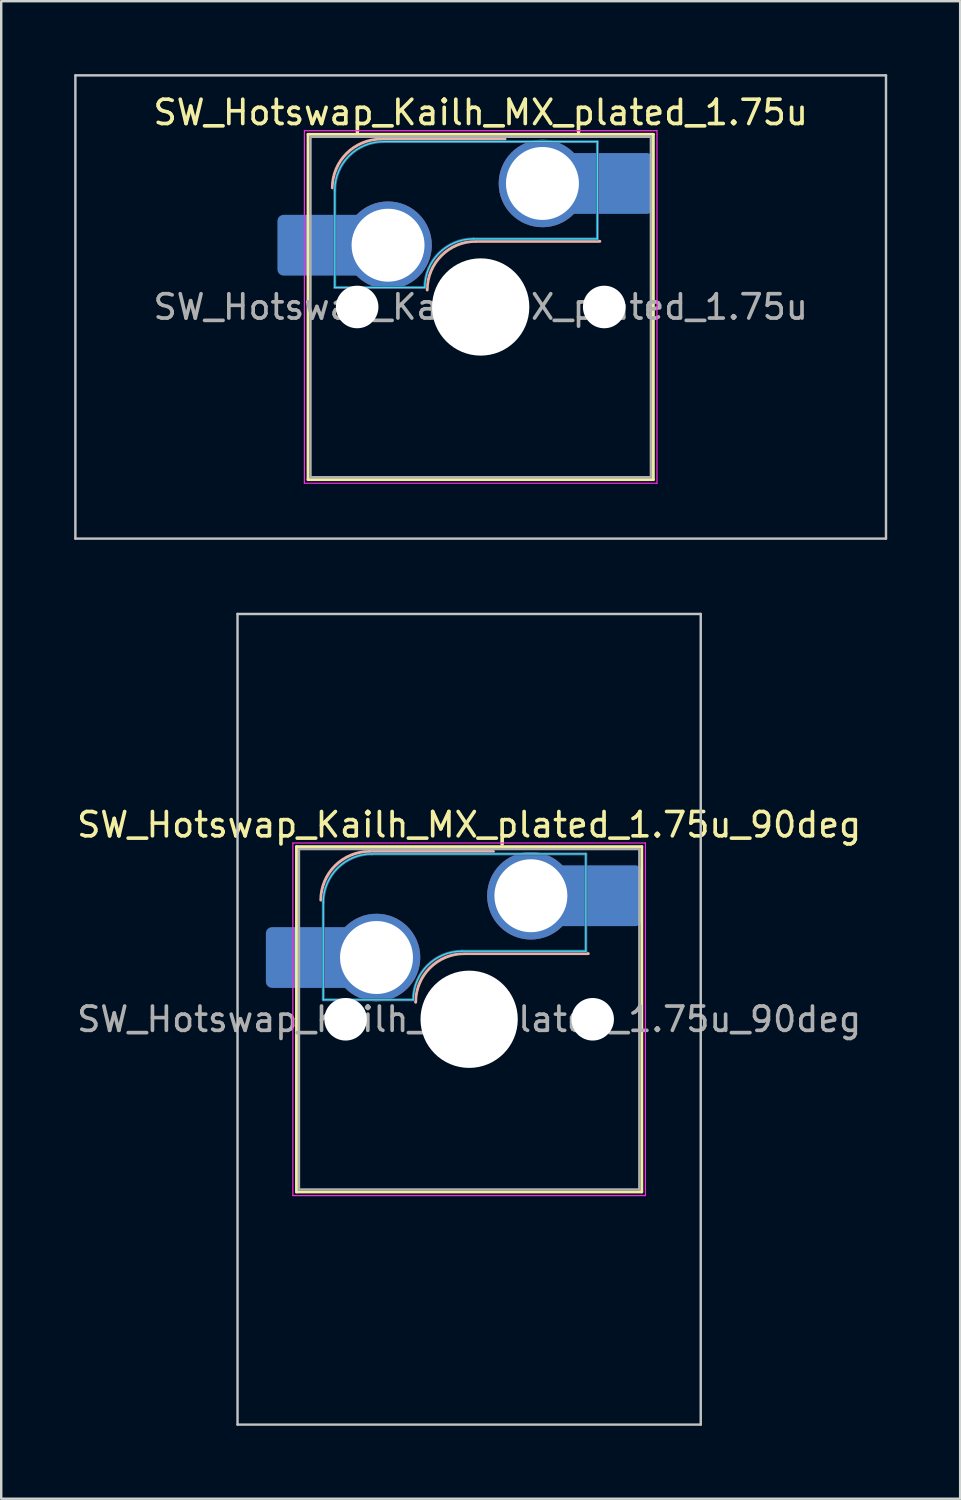
<source format=kicad_pcb>
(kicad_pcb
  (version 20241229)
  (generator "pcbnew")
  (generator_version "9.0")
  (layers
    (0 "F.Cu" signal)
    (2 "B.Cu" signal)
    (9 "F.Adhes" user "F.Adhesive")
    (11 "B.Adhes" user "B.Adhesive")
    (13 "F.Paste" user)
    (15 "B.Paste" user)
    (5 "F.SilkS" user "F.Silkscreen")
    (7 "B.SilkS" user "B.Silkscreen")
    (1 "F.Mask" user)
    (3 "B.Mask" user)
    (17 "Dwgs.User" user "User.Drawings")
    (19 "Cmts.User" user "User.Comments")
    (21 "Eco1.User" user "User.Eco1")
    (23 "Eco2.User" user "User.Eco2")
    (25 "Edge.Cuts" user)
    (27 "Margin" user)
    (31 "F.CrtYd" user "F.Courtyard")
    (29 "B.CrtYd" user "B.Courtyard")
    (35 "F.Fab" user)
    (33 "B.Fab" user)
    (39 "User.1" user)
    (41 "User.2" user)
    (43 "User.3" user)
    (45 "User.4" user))
  (footprint "SW_Hotswap_Kailh_MX_plated_1.75u"
    (layer "F.Cu")
    (at 16.719 9.575)
    (property "Reference" "SW_Hotswap_Kailh_MX_plated_1.75u" (at 0 -8 0) (layer "F.SilkS") (effects (font (size 1 1) (thickness 0.15))))
    (attr smd)
    (fp_line (start -7.1 -7.1) (end -7.1 7.1) (stroke (width 0.12) (type solid)) (layer "F.SilkS"))
    (fp_line (start -7.1 7.1) (end 7.1 7.1) (stroke (width 0.12) (type solid)) (layer "F.SilkS"))
    (fp_line (start 7.1 -7.1) (end -7.1 -7.1) (stroke (width 0.12) (type solid)) (layer "F.SilkS"))
    (fp_line (start 7.1 7.1) (end 7.1 -7.1) (stroke (width 0.12) (type solid)) (layer "F.SilkS"))
    (fp_line (start -4.1 -6.9) (end 1 -6.9) (stroke (width 0.12) (type solid)) (layer "B.SilkS"))
    (fp_line (start -0.2 -2.7) (end 4.9 -2.7) (stroke (width 0.12) (type solid)) (layer "B.SilkS"))
    (fp_arc (start -6.1 -4.9) (mid -5.514214 -6.314214) (end -4.1 -6.9) (stroke (width 0.12) (type solid)) (layer "B.SilkS"))
    (fp_arc (start -2.2 -0.7) (mid -1.614214 -2.114214) (end -0.2 -2.7) (stroke (width 0.12) (type solid)) (layer "B.SilkS"))
    (fp_line (start -16.669 -9.525) (end -16.669 9.525) (stroke (width 0.1) (type solid)) (layer "Dwgs.User"))
    (fp_line (start -16.669 9.525) (end 16.669 9.525) (stroke (width 0.1) (type solid)) (layer "Dwgs.User"))
    (fp_line (start 16.669 -9.525) (end -16.669 -9.525) (stroke (width 0.1) (type solid)) (layer "Dwgs.User"))
    (fp_line (start 16.669 9.525) (end 16.669 -9.525) (stroke (width 0.1) (type solid)) (layer "Dwgs.User"))
    (fp_line (start -7.8 -6) (end -7 -6) (stroke (width 0.1) (type solid)) (layer "Eco1.User"))
    (fp_line (start -7.8 -2.9) (end -7.8 -6) (stroke (width 0.1) (type solid)) (layer "Eco1.User"))
    (fp_line (start -7.8 2.9) (end -7 2.9) (stroke (width 0.1) (type solid)) (layer "Eco1.User"))
    (fp_line (start -7.8 6) (end -7.8 2.9) (stroke (width 0.1) (type solid)) (layer "Eco1.User"))
    (fp_line (start -7 -7) (end 7 -7) (stroke (width 0.1) (type solid)) (layer "Eco1.User"))
    (fp_line (start -7 -6) (end -7 -7) (stroke (width 0.1) (type solid)) (layer "Eco1.User"))
    (fp_line (start -7 -2.9) (end -7.8 -2.9) (stroke (width 0.1) (type solid)) (layer "Eco1.User"))
    (fp_line (start -7 2.9) (end -7 -2.9) (stroke (width 0.1) (type solid)) (layer "Eco1.User"))
    (fp_line (start -7 6) (end -7.8 6) (stroke (width 0.1) (type solid)) (layer "Eco1.User"))
    (fp_line (start -7 7) (end -7 6) (stroke (width 0.1) (type solid)) (layer "Eco1.User"))
    (fp_line (start 7 -7) (end 7 -6) (stroke (width 0.1) (type solid)) (layer "Eco1.User"))
    (fp_line (start 7 -6) (end 7.8 -6) (stroke (width 0.1) (type solid)) (layer "Eco1.User"))
    (fp_line (start 7 -2.9) (end 7 2.9) (stroke (width 0.1) (type solid)) (layer "Eco1.User"))
    (fp_line (start 7 2.9) (end 7.8 2.9) (stroke (width 0.1) (type solid)) (layer "Eco1.User"))
    (fp_line (start 7 6) (end 7 7) (stroke (width 0.1) (type solid)) (layer "Eco1.User"))
    (fp_line (start 7 7) (end -7 7) (stroke (width 0.1) (type solid)) (layer "Eco1.User"))
    (fp_line (start 7.8 -6) (end 7.8 -2.9) (stroke (width 0.1) (type solid)) (layer "Eco1.User"))
    (fp_line (start 7.8 -2.9) (end 7 -2.9) (stroke (width 0.1) (type solid)) (layer "Eco1.User"))
    (fp_line (start 7.8 2.9) (end 7.8 6) (stroke (width 0.1) (type solid)) (layer "Eco1.User"))
    (fp_line (start 7.8 6) (end 7 6) (stroke (width 0.1) (type solid)) (layer "Eco1.User"))
    (fp_line (start -6 -0.8) (end -6 -4.8) (stroke (width 0.05) (type solid)) (layer "B.CrtYd"))
    (fp_line (start -6 -0.8) (end -2.3 -0.8) (stroke (width 0.05) (type solid)) (layer "B.CrtYd"))
    (fp_line (start -4 -6.8) (end 4.8 -6.8) (stroke (width 0.05) (type solid)) (layer "B.CrtYd"))
    (fp_line (start -0.3 -2.8) (end 4.8 -2.8) (stroke (width 0.05) (type solid)) (layer "B.CrtYd"))
    (fp_line (start 4.8 -6.8) (end 4.8 -2.8) (stroke (width 0.05) (type solid)) (layer "B.CrtYd"))
    (fp_arc (start -6 -4.8) (mid -5.414214 -6.214214) (end -4 -6.8) (stroke (width 0.05) (type solid)) (layer "B.CrtYd"))
    (fp_arc (start -2.3 -0.8) (mid -1.714214 -2.214214) (end -0.3 -2.8) (stroke (width 0.05) (type solid)) (layer "B.CrtYd"))
    (fp_line (start -7.25 -7.25) (end -7.25 7.25) (stroke (width 0.05) (type solid)) (layer "F.CrtYd"))
    (fp_line (start -7.25 7.25) (end 7.25 7.25) (stroke (width 0.05) (type solid)) (layer "F.CrtYd"))
    (fp_line (start 7.25 -7.25) (end -7.25 -7.25) (stroke (width 0.05) (type solid)) (layer "F.CrtYd"))
    (fp_line (start 7.25 7.25) (end 7.25 -7.25) (stroke (width 0.05) (type solid)) (layer "F.CrtYd"))
    (fp_line (start -6 -0.8) (end -6 -4.8) (stroke (width 0.12) (type solid)) (layer "B.Fab"))
    (fp_line (start -6 -0.8) (end -2.3 -0.8) (stroke (width 0.12) (type solid)) (layer "B.Fab"))
    (fp_line (start -4 -6.8) (end 4.8 -6.8) (stroke (width 0.12) (type solid)) (layer "B.Fab"))
    (fp_line (start -0.3 -2.8) (end 4.8 -2.8) (stroke (width 0.12) (type solid)) (layer "B.Fab"))
    (fp_line (start 4.8 -6.8) (end 4.8 -2.8) (stroke (width 0.12) (type solid)) (layer "B.Fab"))
    (fp_arc (start -6 -4.8) (mid -5.414214 -6.214214) (end -4 -6.8) (stroke (width 0.12) (type solid)) (layer "B.Fab"))
    (fp_arc (start -2.3 -0.8) (mid -1.714214 -2.214214) (end -0.3 -2.8) (stroke (width 0.12) (type solid)) (layer "B.Fab"))
    (fp_line (start -7 -7) (end -7 7) (stroke (width 0.1) (type solid)) (layer "F.Fab"))
    (fp_line (start -7 7) (end 7 7) (stroke (width 0.1) (type solid)) (layer "F.Fab"))
    (fp_line (start 7 -7) (end -7 -7) (stroke (width 0.1) (type solid)) (layer "F.Fab"))
    (fp_line (start 7 7) (end 7 -7) (stroke (width 0.1) (type solid)) (layer "F.Fab"))
    (fp_text user "${REFERENCE}" (at 0 0 0) (layer "F.Fab") (effects (font (size 1 1) (thickness 0.15))))
    (pad "" smd roundrect (at -7.085 -2.54) (size 2.55 2.5) (layers "B.Mask" "B.Paste") (roundrect_rratio 0.1))
    (pad "" np_thru_hole circle (at -5.08 0) (size 1.75 1.75) (drill 1.75) (layers "*.Cu" "*.Mask"))
    (pad "" np_thru_hole circle (at 0 0) (size 4 4) (drill 4) (layers "*.Cu" "*.Mask"))
    (pad "" np_thru_hole circle (at 5.08 0) (size 1.75 1.75) (drill 1.75) (layers "*.Cu" "*.Mask"))
    (pad "" smd roundrect (at 5.842 -5.08) (size 2.55 2.5) (layers "B.Mask" "B.Paste") (roundrect_rratio 0.1))
    (pad "1" smd roundrect (at -6.585 -2.54) (size 3.55 2.5) (layers "B.Cu") (roundrect_rratio 0.1))
    (pad "1" thru_hole circle (at -3.81 -2.54) (size 3.6 3.6) (drill 3) (layers "*.Cu" "B.Mask"))
    (pad "2" thru_hole circle (at 2.54 -5.08) (size 3.6 3.6) (drill 3) (layers "*.Cu" "B.Mask"))
    (pad "2" smd roundrect (at 5.32 -5.08) (size 3.55 2.5) (layers "B.Cu") (roundrect_rratio 0.1)))
  (footprint "SW_Hotswap_Kailh_MX_plated_1.75u_90deg"
    (layer "F.Cu")
    (at 16.244 38.869)
    (property "Reference" "SW_Hotswap_Kailh_MX_plated_1.75u_90deg" (at 0 -8 0) (layer "F.SilkS") (effects (font (size 1 1) (thickness 0.15))))
    (attr smd)
    (fp_line (start -7.1 -7.1) (end -7.1 7.1) (stroke (width 0.12) (type solid)) (layer "F.SilkS"))
    (fp_line (start -7.1 7.1) (end 7.1 7.1) (stroke (width 0.12) (type solid)) (layer "F.SilkS"))
    (fp_line (start 7.1 -7.1) (end -7.1 -7.1) (stroke (width 0.12) (type solid)) (layer "F.SilkS"))
    (fp_line (start 7.1 7.1) (end 7.1 -7.1) (stroke (width 0.12) (type solid)) (layer "F.SilkS"))
    (fp_line (start -4.1 -6.9) (end 1 -6.9) (stroke (width 0.12) (type solid)) (layer "B.SilkS"))
    (fp_line (start -0.2 -2.7) (end 4.9 -2.7) (stroke (width 0.12) (type solid)) (layer "B.SilkS"))
    (fp_arc (start -6.1 -4.9) (mid -5.514214 -6.314214) (end -4.1 -6.9) (stroke (width 0.12) (type solid)) (layer "B.SilkS"))
    (fp_arc (start -2.2 -0.7) (mid -1.614214 -2.114214) (end -0.2 -2.7) (stroke (width 0.12) (type solid)) (layer "B.SilkS"))
    (fp_line (start -9.525 -16.669) (end 9.525 -16.669) (stroke (width 0.1) (type solid)) (layer "Dwgs.User"))
    (fp_line (start -9.525 16.669) (end -9.525 -16.669) (stroke (width 0.1) (type solid)) (layer "Dwgs.User"))
    (fp_line (start 9.525 -16.669) (end 9.525 16.669) (stroke (width 0.1) (type solid)) (layer "Dwgs.User"))
    (fp_line (start 9.525 16.669) (end -9.525 16.669) (stroke (width 0.1) (type solid)) (layer "Dwgs.User"))
    (fp_line (start -7.8 -6) (end -7 -6) (stroke (width 0.1) (type solid)) (layer "Eco1.User"))
    (fp_line (start -7.8 -2.9) (end -7.8 -6) (stroke (width 0.1) (type solid)) (layer "Eco1.User"))
    (fp_line (start -7.8 2.9) (end -7 2.9) (stroke (width 0.1) (type solid)) (layer "Eco1.User"))
    (fp_line (start -7.8 6) (end -7.8 2.9) (stroke (width 0.1) (type solid)) (layer "Eco1.User"))
    (fp_line (start -7 -7) (end 7 -7) (stroke (width 0.1) (type solid)) (layer "Eco1.User"))
    (fp_line (start -7 -6) (end -7 -7) (stroke (width 0.1) (type solid)) (layer "Eco1.User"))
    (fp_line (start -7 -2.9) (end -7.8 -2.9) (stroke (width 0.1) (type solid)) (layer "Eco1.User"))
    (fp_line (start -7 2.9) (end -7 -2.9) (stroke (width 0.1) (type solid)) (layer "Eco1.User"))
    (fp_line (start -7 6) (end -7.8 6) (stroke (width 0.1) (type solid)) (layer "Eco1.User"))
    (fp_line (start -7 7) (end -7 6) (stroke (width 0.1) (type solid)) (layer "Eco1.User"))
    (fp_line (start 7 -7) (end 7 -6) (stroke (width 0.1) (type solid)) (layer "Eco1.User"))
    (fp_line (start 7 -6) (end 7.8 -6) (stroke (width 0.1) (type solid)) (layer "Eco1.User"))
    (fp_line (start 7 -2.9) (end 7 2.9) (stroke (width 0.1) (type solid)) (layer "Eco1.User"))
    (fp_line (start 7 2.9) (end 7.8 2.9) (stroke (width 0.1) (type solid)) (layer "Eco1.User"))
    (fp_line (start 7 6) (end 7 7) (stroke (width 0.1) (type solid)) (layer "Eco1.User"))
    (fp_line (start 7 7) (end -7 7) (stroke (width 0.1) (type solid)) (layer "Eco1.User"))
    (fp_line (start 7.8 -6) (end 7.8 -2.9) (stroke (width 0.1) (type solid)) (layer "Eco1.User"))
    (fp_line (start 7.8 -2.9) (end 7 -2.9) (stroke (width 0.1) (type solid)) (layer "Eco1.User"))
    (fp_line (start 7.8 2.9) (end 7.8 6) (stroke (width 0.1) (type solid)) (layer "Eco1.User"))
    (fp_line (start 7.8 6) (end 7 6) (stroke (width 0.1) (type solid)) (layer "Eco1.User"))
    (fp_line (start -6 -0.8) (end -6 -4.8) (stroke (width 0.05) (type solid)) (layer "B.CrtYd"))
    (fp_line (start -6 -0.8) (end -2.3 -0.8) (stroke (width 0.05) (type solid)) (layer "B.CrtYd"))
    (fp_line (start -4 -6.8) (end 4.8 -6.8) (stroke (width 0.05) (type solid)) (layer "B.CrtYd"))
    (fp_line (start -0.3 -2.8) (end 4.8 -2.8) (stroke (width 0.05) (type solid)) (layer "B.CrtYd"))
    (fp_line (start 4.8 -6.8) (end 4.8 -2.8) (stroke (width 0.05) (type solid)) (layer "B.CrtYd"))
    (fp_arc (start -6 -4.8) (mid -5.414214 -6.214214) (end -4 -6.8) (stroke (width 0.05) (type solid)) (layer "B.CrtYd"))
    (fp_arc (start -2.3 -0.8) (mid -1.714214 -2.214214) (end -0.3 -2.8) (stroke (width 0.05) (type solid)) (layer "B.CrtYd"))
    (fp_line (start -7.25 -7.25) (end -7.25 7.25) (stroke (width 0.05) (type solid)) (layer "F.CrtYd"))
    (fp_line (start -7.25 7.25) (end 7.25 7.25) (stroke (width 0.05) (type solid)) (layer "F.CrtYd"))
    (fp_line (start 7.25 -7.25) (end -7.25 -7.25) (stroke (width 0.05) (type solid)) (layer "F.CrtYd"))
    (fp_line (start 7.25 7.25) (end 7.25 -7.25) (stroke (width 0.05) (type solid)) (layer "F.CrtYd"))
    (fp_line (start -6 -0.8) (end -6 -4.8) (stroke (width 0.12) (type solid)) (layer "B.Fab"))
    (fp_line (start -6 -0.8) (end -2.3 -0.8) (stroke (width 0.12) (type solid)) (layer "B.Fab"))
    (fp_line (start -4 -6.8) (end 4.8 -6.8) (stroke (width 0.12) (type solid)) (layer "B.Fab"))
    (fp_line (start -0.3 -2.8) (end 4.8 -2.8) (stroke (width 0.12) (type solid)) (layer "B.Fab"))
    (fp_line (start 4.8 -6.8) (end 4.8 -2.8) (stroke (width 0.12) (type solid)) (layer "B.Fab"))
    (fp_arc (start -6 -4.8) (mid -5.414214 -6.214214) (end -4 -6.8) (stroke (width 0.12) (type solid)) (layer "B.Fab"))
    (fp_arc (start -2.3 -0.8) (mid -1.714214 -2.214214) (end -0.3 -2.8) (stroke (width 0.12) (type solid)) (layer "B.Fab"))
    (fp_line (start -7 -7) (end -7 7) (stroke (width 0.1) (type solid)) (layer "F.Fab"))
    (fp_line (start -7 7) (end 7 7) (stroke (width 0.1) (type solid)) (layer "F.Fab"))
    (fp_line (start 7 -7) (end -7 -7) (stroke (width 0.1) (type solid)) (layer "F.Fab"))
    (fp_line (start 7 7) (end 7 -7) (stroke (width 0.1) (type solid)) (layer "F.Fab"))
    (fp_text user "${REFERENCE}" (at 0 0 0) (layer "F.Fab") (effects (font (size 1 1) (thickness 0.15))))
    (pad "" smd roundrect (at -7.085 -2.54) (size 2.55 2.5) (layers "B.Mask" "B.Paste") (roundrect_rratio 0.1))
    (pad "" np_thru_hole circle (at -5.08 0) (size 1.75 1.75) (drill 1.75) (layers "*.Cu" "*.Mask"))
    (pad "" np_thru_hole circle (at 0 0) (size 4 4) (drill 4) (layers "*.Cu" "*.Mask"))
    (pad "" np_thru_hole circle (at 5.08 0) (size 1.75 1.75) (drill 1.75) (layers "*.Cu" "*.Mask"))
    (pad "" smd roundrect (at 5.842 -5.08) (size 2.55 2.5) (layers "B.Mask" "B.Paste") (roundrect_rratio 0.1))
    (pad "1" smd roundrect (at -6.585 -2.54) (size 3.55 2.5) (layers "B.Cu") (roundrect_rratio 0.1))
    (pad "1" thru_hole circle (at -3.81 -2.54) (size 3.6 3.6) (drill 3) (layers "*.Cu" "B.Mask"))
    (pad "2" thru_hole circle (at 2.54 -5.08) (size 3.6 3.6) (drill 3) (layers "*.Cu" "B.Mask"))
    (pad "2" smd roundrect (at 5.32 -5.08) (size 3.55 2.5) (layers "B.Cu") (roundrect_rratio 0.1)))
  (gr_rect
    (start -3 -3)
    (end 36.438 58.587)
    (stroke (width 0.1) (type default))
    (fill no)
    (layer "Edge.Cuts")))
</source>
